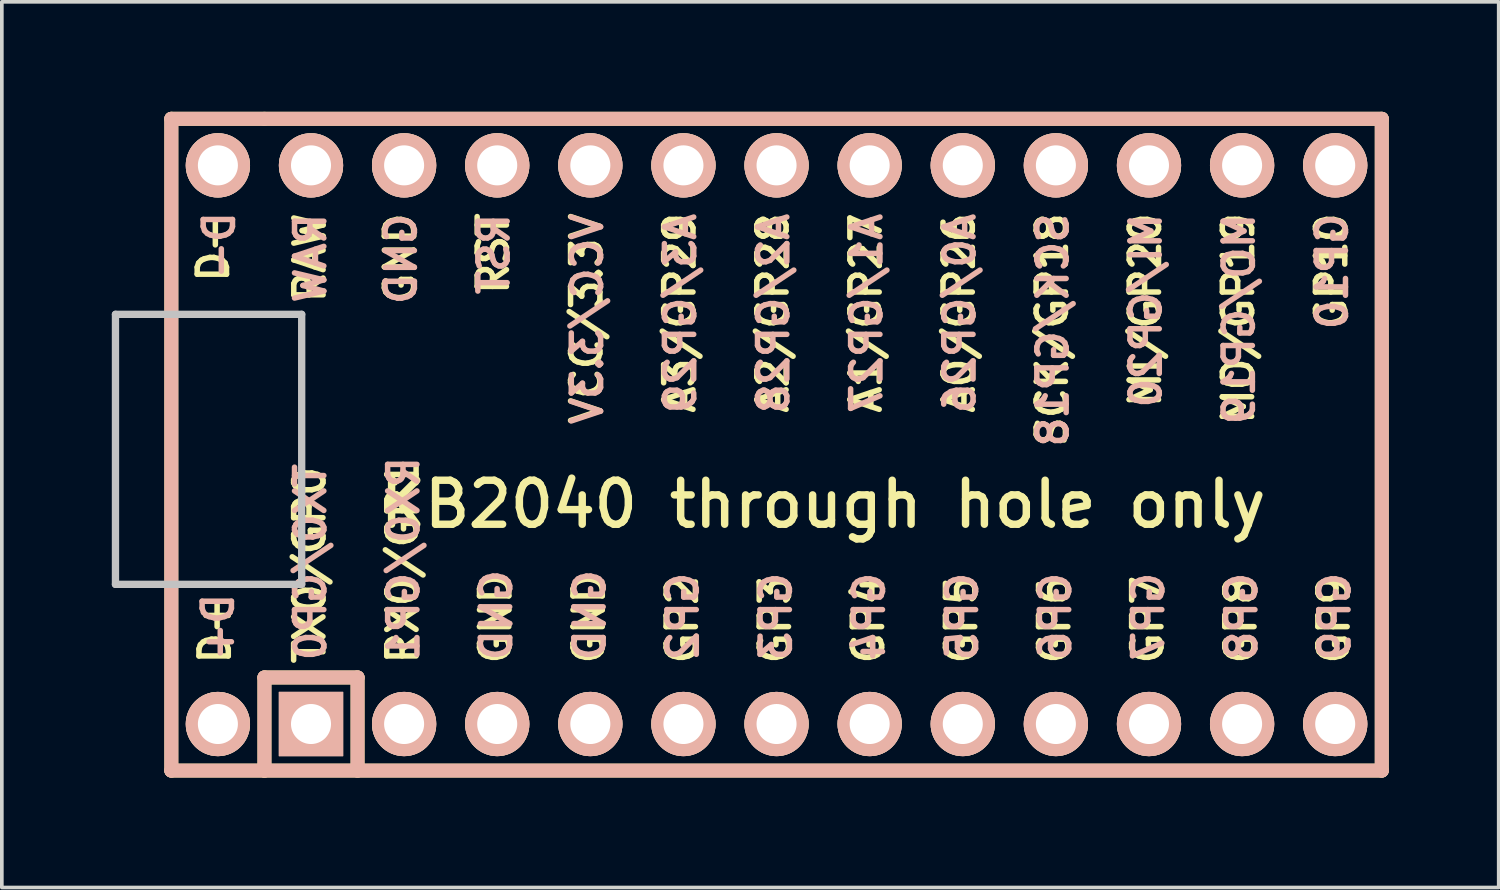
<source format=kicad_pcb>
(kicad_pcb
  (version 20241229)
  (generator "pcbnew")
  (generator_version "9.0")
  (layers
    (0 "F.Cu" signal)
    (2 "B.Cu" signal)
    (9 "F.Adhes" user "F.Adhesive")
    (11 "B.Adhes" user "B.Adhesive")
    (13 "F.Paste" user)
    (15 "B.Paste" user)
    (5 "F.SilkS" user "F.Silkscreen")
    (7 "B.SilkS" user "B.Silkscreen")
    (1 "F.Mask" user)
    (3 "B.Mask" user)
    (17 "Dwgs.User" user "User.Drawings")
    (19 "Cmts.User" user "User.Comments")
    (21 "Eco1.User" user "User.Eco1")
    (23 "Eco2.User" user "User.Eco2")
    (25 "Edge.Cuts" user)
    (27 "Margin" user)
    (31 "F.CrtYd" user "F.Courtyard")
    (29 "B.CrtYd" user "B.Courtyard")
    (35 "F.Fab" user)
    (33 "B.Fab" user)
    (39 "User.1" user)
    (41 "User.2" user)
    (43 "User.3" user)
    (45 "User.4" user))
  (footprint "KB2040 through hole only"
    (layer "F.Cu")
    (at 19.404 9.081)
    (property "Reference" "KB2040 through hole only" (at 0 1.625 0) (layer "F.SilkS") (effects (font (size 1.2 1.2) (thickness 0.203))))
    (attr through_hole)
    (fp_line (start -17.78 -8.89) (end -17.78 8.89) (stroke (width 0.381) (type solid)) (layer "F.SilkS"))
    (fp_line (start -17.78 8.89) (end -15.24 8.89) (stroke (width 0.381) (type solid)) (layer "F.SilkS"))
    (fp_line (start -15.24 -8.89) (end -17.78 -8.89) (stroke (width 0.381) (type solid)) (layer "F.SilkS"))
    (fp_line (start -15.24 6.35) (end -15.24 8.89) (stroke (width 0.381) (type solid)) (layer "F.SilkS"))
    (fp_line (start -15.24 6.35) (end -12.7 6.35) (stroke (width 0.381) (type solid)) (layer "F.SilkS"))
    (fp_line (start -15.24 8.89) (end 15.24 8.89) (stroke (width 0.381) (type solid)) (layer "F.SilkS"))
    (fp_line (start -12.7 6.35) (end -12.7 8.89) (stroke (width 0.381) (type solid)) (layer "F.SilkS"))
    (fp_line (start 15.24 -8.89) (end -15.24 -8.89) (stroke (width 0.381) (type solid)) (layer "F.SilkS"))
    (fp_line (start 15.24 8.89) (end 15.24 -8.89) (stroke (width 0.381) (type solid)) (layer "F.SilkS"))
    (fp_line (start -17.78 -8.89) (end -17.78 8.89) (stroke (width 0.381) (type solid)) (layer "B.SilkS"))
    (fp_line (start -17.78 8.89) (end 15.24 8.89) (stroke (width 0.381) (type solid)) (layer "B.SilkS"))
    (fp_line (start -15.24 6.35) (end -15.24 8.89) (stroke (width 0.381) (type solid)) (layer "B.SilkS"))
    (fp_line (start -12.7 6.35) (end -15.24 6.35) (stroke (width 0.381) (type solid)) (layer "B.SilkS"))
    (fp_line (start -12.7 6.35) (end -12.7 8.89) (stroke (width 0.381) (type solid)) (layer "B.SilkS"))
    (fp_line (start 15.24 -8.89) (end -17.78 -8.89) (stroke (width 0.381) (type solid)) (layer "B.SilkS"))
    (fp_line (start 15.24 8.89) (end 15.24 -8.89) (stroke (width 0.381) (type solid)) (layer "B.SilkS"))
    (fp_line (start -19.304 -3.556) (end -14.224 -3.556) (stroke (width 0.2) (type solid)) (layer "Dwgs.User"))
    (fp_line (start -19.304 3.81) (end -19.304 -3.556) (stroke (width 0.2) (type solid)) (layer "Dwgs.User"))
    (fp_line (start -14.224 -3.556) (end -14.224 3.81) (stroke (width 0.2) (type solid)) (layer "Dwgs.User"))
    (fp_line (start -14.224 3.81) (end -19.304 3.81) (stroke (width 0.2) (type solid)) (layer "Dwgs.User"))
    (fp_text user "RX0/GP1" (at -11.466 0.331 90) (layer "F.SilkS") (effects (font (size 0.8 0.8) (thickness 0.15)) (justify right)))
    (fp_text user "A2/GP28" (at -1.372 -0.79 90) (layer "F.SilkS") (effects (font (size 0.8 0.8) (thickness 0.15)) (justify left)))
    (fp_text user "GND" (at -6.386 3.416 90) (layer "F.SilkS") (effects (font (size 0.8 0.8) (thickness 0.15)) (justify right)))
    (fp_text user "SCK/GP18" (at 6.248 0.124 90) (layer "F.SilkS") (effects (font (size 0.8 0.8) (thickness 0.15)) (justify left)))
    (fp_text user "MO/GP19" (at 11.328 -0.486 90) (layer "F.SilkS") (effects (font (size 0.8 0.8) (thickness 0.15)) (justify left)))
    (fp_text user "GP2" (at -3.846 3.493 90) (layer "F.SilkS") (effects (font (size 0.8 0.8) (thickness 0.15)) (justify right)))
    (fp_text user "A0/GP26" (at 3.708 -0.79 90) (layer "F.SilkS") (effects (font (size 0.8 0.8) (thickness 0.15)) (justify left)))
    (fp_text user "TX0/GP0" (at -14.006 0.521 90) (layer "F.SilkS") (effects (font (size 0.8 0.8) (thickness 0.15)) (justify right)))
    (fp_text user "MI/GP20" (at 8.788 -0.943 90) (layer "F.SilkS") (effects (font (size 0.8 0.8) (thickness 0.15)) (justify left)))
    (fp_text user "GP4" (at 1.234 3.493 90) (layer "F.SilkS") (effects (font (size 0.8 0.8) (thickness 0.15)) (justify right)))
    (fp_text user "D+" (at -16.589 4.064 90) (layer "F.SilkS") (effects (font (size 0.8 0.8) (thickness 0.15)) (justify right)))
    (fp_text user "GP7" (at 8.854 3.493 90) (layer "F.SilkS") (effects (font (size 0.8 0.8) (thickness 0.15)) (justify right)))
    (fp_text user "VCC/3.3V" (at -6.452 -0.486 90) (layer "F.SilkS") (effects (font (size 0.8 0.8) (thickness 0.15)) (justify left)))
    (fp_text user "GND" (at -11.532 -3.762 90) (layer "F.SilkS") (effects (font (size 0.8 0.8) (thickness 0.15)) (justify left)))
    (fp_text user "GND" (at -8.936 3.416 90) (layer "F.SilkS") (effects (font (size 0.8 0.8) (thickness 0.15)) (justify right)))
    (fp_text user "A3/GP29" (at -3.912 -0.79 90) (layer "F.SilkS") (effects (font (size 0.8 0.8) (thickness 0.15)) (justify left)))
    (fp_text user "GP9" (at 13.934 3.493 90) (layer "F.SilkS") (effects (font (size 0.8 0.8) (thickness 0.15)) (justify right)))
    (fp_text user "GP10" (at 13.868 -3.076 90) (layer "F.SilkS") (effects (font (size 0.8 0.8) (thickness 0.15)) (justify left)))
    (fp_text user "RST" (at -9 -4.029 90) (layer "F.SilkS") (effects (font (size 0.8 0.8) (thickness 0.15)) (justify left)))
    (fp_text user "GP5" (at 3.774 3.493 90) (layer "F.SilkS") (effects (font (size 0.8 0.8) (thickness 0.15)) (justify right)))
    (fp_text user "RAW" (at -14.002 -3.8 90) (layer "F.SilkS") (effects (font (size 0.8 0.8) (thickness 0.15)) (justify left)))
    (fp_text user "D-" (at -16.637 -6.35 90) (layer "F.SilkS") (effects (font (size 0.8 0.8) (thickness 0.15)) (justify right)))
    (fp_text user "A1/GP27" (at 1.168 -0.79 90) (layer "F.SilkS") (effects (font (size 0.8 0.8) (thickness 0.15)) (justify left)))
    (fp_text user "GP8" (at 11.394 3.493 90) (layer "F.SilkS") (effects (font (size 0.8 0.8) (thickness 0.15)) (justify right)))
    (fp_text user "GP6" (at 6.314 3.493 90) (layer "F.SilkS") (effects (font (size 0.8 0.8) (thickness 0.15)) (justify right)))
    (fp_text user "GP3" (at -1.306 3.493 90) (layer "F.SilkS") (effects (font (size 0.8 0.8) (thickness 0.15)) (justify right)))
    (fp_text user "GP10" (at 13.888 -6.385 270) (layer "B.SilkS") (effects (font (size 0.8 0.8) (thickness 0.15)) (justify left mirror)))
    (fp_text user "GP5" (at 3.798 5.969 270) (layer "B.SilkS") (effects (font (size 0.8 0.8) (thickness 0.15)) (justify right mirror)))
    (fp_text user "GP9" (at 13.958 5.969 270) (layer "B.SilkS") (effects (font (size 0.8 0.8) (thickness 0.15)) (justify right mirror)))
    (fp_text user "GP4" (at 1.258 5.969 270) (layer "B.SilkS") (effects (font (size 0.8 0.8) (thickness 0.15)) (justify right mirror)))
    (fp_text user "GND" (at -6.362 5.969 270) (layer "B.SilkS") (effects (font (size 0.8 0.8) (thickness 0.15)) (justify right mirror)))
    (fp_text user "MO/GP19" (at 11.348 -6.385 270) (layer "B.SilkS") (effects (font (size 0.8 0.8) (thickness 0.15)) (justify left mirror)))
    (fp_text user "A1/GP27" (at 1.188 -6.385 270) (layer "B.SilkS") (effects (font (size 0.8 0.8) (thickness 0.15)) (justify left mirror)))
    (fp_text user "D-" (at -16.474 -4.445 270) (layer "B.SilkS") (effects (font (size 0.8 0.8) (thickness 0.15)) (justify right mirror)))
    (fp_text user "GND" (at -11.512 -6.385 270) (layer "B.SilkS") (effects (font (size 0.8 0.8) (thickness 0.15)) (justify left mirror)))
    (fp_text user "RAW" (at -13.982 -6.385 270) (layer "B.SilkS") (effects (font (size 0.8 0.8) (thickness 0.15)) (justify left mirror)))
    (fp_text user "GP8" (at 11.418 5.969 270) (layer "B.SilkS") (effects (font (size 0.8 0.8) (thickness 0.15)) (justify right mirror)))
    (fp_text user "GP2" (at -3.822 5.969 270) (layer "B.SilkS") (effects (font (size 0.8 0.8) (thickness 0.15)) (justify right mirror)))
    (fp_text user "GP7" (at 8.878 5.969 270) (layer "B.SilkS") (effects (font (size 0.8 0.8) (thickness 0.15)) (justify right mirror)))
    (fp_text user "GND" (at -8.912 5.969 270) (layer "B.SilkS") (effects (font (size 0.8 0.8) (thickness 0.15)) (justify right mirror)))
    (fp_text user "A0/GP26" (at 3.728 -6.385 270) (layer "B.SilkS") (effects (font (size 0.8 0.8) (thickness 0.15)) (justify left mirror)))
    (fp_text user "RST" (at -8.981 -6.385 270) (layer "B.SilkS") (effects (font (size 0.8 0.8) (thickness 0.15)) (justify left mirror)))
    (fp_text user "D+" (at -16.503 5.969 270) (layer "B.SilkS") (effects (font (size 0.8 0.8) (thickness 0.15)) (justify right mirror)))
    (fp_text user "GP3" (at -1.282 5.969 270) (layer "B.SilkS") (effects (font (size 0.8 0.8) (thickness 0.15)) (justify right mirror)))
    (fp_text user "A2/GP28" (at -1.352 -6.385 270) (layer "B.SilkS") (effects (font (size 0.8 0.8) (thickness 0.15)) (justify left mirror)))
    (fp_text user "RX0/GP1" (at -11.442 5.969 270) (layer "B.SilkS") (effects (font (size 0.8 0.8) (thickness 0.15)) (justify right mirror)))
    (fp_text user "MI/GP20" (at 8.808 -6.385 270) (layer "B.SilkS") (effects (font (size 0.8 0.8) (thickness 0.15)) (justify left mirror)))
    (fp_text user "VCC/3.3V" (at -6.432 -6.385 270) (layer "B.SilkS") (effects (font (size 0.8 0.8) (thickness 0.15)) (justify left mirror)))
    (fp_text user "GP6" (at 6.338 5.969 270) (layer "B.SilkS") (effects (font (size 0.8 0.8) (thickness 0.15)) (justify right mirror)))
    (fp_text user "SCK/GP18" (at 6.268 -6.385 270) (layer "B.SilkS") (effects (font (size 0.8 0.8) (thickness 0.15)) (justify left mirror)))
    (fp_text user "TX0/GP0" (at -13.982 5.969 270) (layer "B.SilkS") (effects (font (size 0.8 0.8) (thickness 0.15)) (justify right mirror)))
    (fp_text user "A3/GP29" (at -3.892 -6.385 270) (layer "B.SilkS") (effects (font (size 0.8 0.8) (thickness 0.15)) (justify left mirror)))
    (pad "0" thru_hole circle (at -16.51 7.62) (size 1.753 1.753) (drill 1.092) (layers "*.Cu" "*.SilkS" "*.Mask"))
    (pad "1" thru_hole rect (at -13.97 7.62) (size 1.753 1.753) (drill 1.092) (layers "*.Cu" "*.SilkS" "*.Mask"))
    (pad "2" thru_hole circle (at -11.43 7.62) (size 1.753 1.753) (drill 1.092) (layers "*.Cu" "*.SilkS" "*.Mask"))
    (pad "3" thru_hole circle (at -8.89 7.62) (size 1.753 1.753) (drill 1.092) (layers "*.Cu" "*.SilkS" "*.Mask"))
    (pad "4" thru_hole circle (at -6.35 7.62) (size 1.753 1.753) (drill 1.092) (layers "*.Cu" "*.SilkS" "*.Mask"))
    (pad "5" thru_hole circle (at -3.81 7.62) (size 1.753 1.753) (drill 1.092) (layers "*.Cu" "*.SilkS" "*.Mask"))
    (pad "6" thru_hole circle (at -1.27 7.62) (size 1.753 1.753) (drill 1.092) (layers "*.Cu" "*.SilkS" "*.Mask"))
    (pad "7" thru_hole circle (at 1.27 7.62) (size 1.753 1.753) (drill 1.092) (layers "*.Cu" "*.SilkS" "*.Mask"))
    (pad "8" thru_hole circle (at 3.81 7.62) (size 1.753 1.753) (drill 1.092) (layers "*.Cu" "*.SilkS" "*.Mask"))
    (pad "9" thru_hole circle (at 6.35 7.62) (size 1.753 1.753) (drill 1.092) (layers "*.Cu" "*.SilkS" "*.Mask"))
    (pad "10" thru_hole circle (at 8.89 7.62) (size 1.753 1.753) (drill 1.092) (layers "*.Cu" "*.SilkS" "*.Mask"))
    (pad "11" thru_hole circle (at 11.43 7.62) (size 1.753 1.753) (drill 1.092) (layers "*.Cu" "*.SilkS" "*.Mask"))
    (pad "12" thru_hole circle (at 13.97 7.62) (size 1.753 1.753) (drill 1.092) (layers "*.Cu" "*.SilkS" "*.Mask"))
    (pad "13" thru_hole circle (at 13.97 -7.62) (size 1.753 1.753) (drill 1.092) (layers "*.Cu" "*.SilkS" "*.Mask"))
    (pad "14" thru_hole circle (at 11.43 -7.62) (size 1.753 1.753) (drill 1.092) (layers "*.Cu" "*.SilkS" "*.Mask"))
    (pad "15" thru_hole circle (at 8.89 -7.62) (size 1.753 1.753) (drill 1.092) (layers "*.Cu" "*.SilkS" "*.Mask"))
    (pad "16" thru_hole circle (at 6.35 -7.62) (size 1.753 1.753) (drill 1.092) (layers "*.Cu" "*.SilkS" "*.Mask"))
    (pad "17" thru_hole circle (at 3.81 -7.62) (size 1.753 1.753) (drill 1.092) (layers "*.Cu" "*.SilkS" "*.Mask"))
    (pad "18" thru_hole circle (at 1.27 -7.62) (size 1.753 1.753) (drill 1.092) (layers "*.Cu" "*.SilkS" "*.Mask"))
    (pad "19" thru_hole circle (at -1.27 -7.62) (size 1.753 1.753) (drill 1.092) (layers "*.Cu" "*.SilkS" "*.Mask"))
    (pad "20" thru_hole circle (at -3.81 -7.62) (size 1.753 1.753) (drill 1.092) (layers "*.Cu" "*.SilkS" "*.Mask"))
    (pad "21" thru_hole circle (at -6.35 -7.62) (size 1.753 1.753) (drill 1.092) (layers "*.Cu" "*.SilkS" "*.Mask"))
    (pad "22" thru_hole circle (at -8.89 -7.62) (size 1.753 1.753) (drill 1.092) (layers "*.Cu" "*.SilkS" "*.Mask"))
    (pad "23" thru_hole circle (at -11.43 -7.62) (size 1.753 1.753) (drill 1.092) (layers "*.Cu" "*.SilkS" "*.Mask"))
    (pad "24" thru_hole circle (at -13.97 -7.62) (size 1.753 1.753) (drill 1.092) (layers "*.Cu" "*.SilkS" "*.Mask"))
    (pad "25" thru_hole circle (at -16.51 -7.62) (size 1.753 1.753) (drill 1.092) (layers "*.Cu" "*.SilkS" "*.Mask")))
  (gr_rect
    (start -3 -3)
    (end 37.834 21.161)
    (stroke (width 0.1) (type default))
    (fill no)
    (layer "Edge.Cuts")))
</source>
